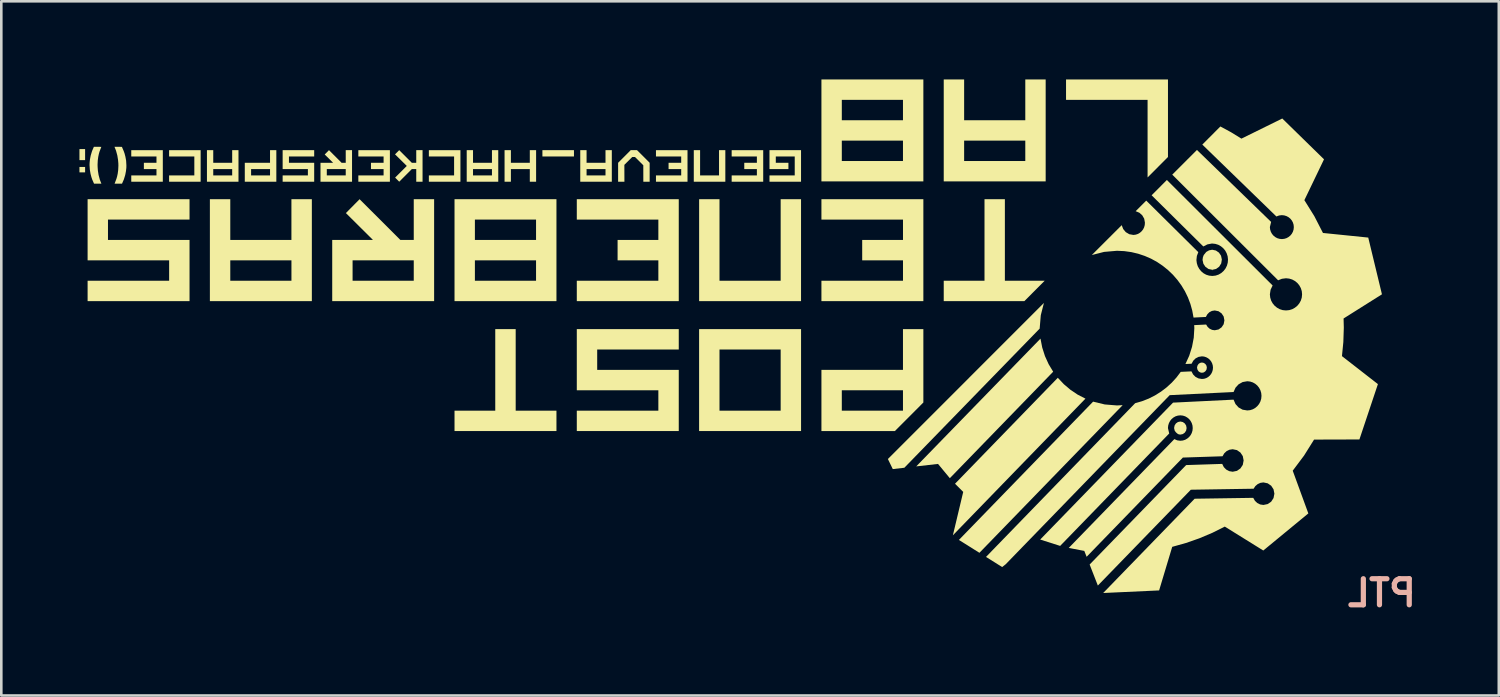
<source format=kicad_pcb>
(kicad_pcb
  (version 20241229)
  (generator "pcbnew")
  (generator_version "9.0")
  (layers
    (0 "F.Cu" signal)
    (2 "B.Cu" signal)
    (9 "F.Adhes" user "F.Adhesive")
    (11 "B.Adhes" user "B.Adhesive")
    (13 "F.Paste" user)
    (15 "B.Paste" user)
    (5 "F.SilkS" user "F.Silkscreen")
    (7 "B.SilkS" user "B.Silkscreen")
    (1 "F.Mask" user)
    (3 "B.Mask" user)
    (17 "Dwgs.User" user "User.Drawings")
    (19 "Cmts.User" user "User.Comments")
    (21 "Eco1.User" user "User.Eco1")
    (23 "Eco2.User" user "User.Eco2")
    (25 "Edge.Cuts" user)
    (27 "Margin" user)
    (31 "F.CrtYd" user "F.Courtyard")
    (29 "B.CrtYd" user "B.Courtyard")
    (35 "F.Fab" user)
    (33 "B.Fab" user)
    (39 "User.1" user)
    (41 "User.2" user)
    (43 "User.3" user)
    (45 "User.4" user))
  (footprint "PTL"
    (layer "F.Cu")
    (at 50 19.714)
    (property "Reference" "PTL" (at 0 0 0) (layer "B.SilkS") (effects (font (size 1 1) (thickness 0.2)) (justify mirror)))
    (attr through_hole)
    (fp_poly (pts (xy -49.783 -16.617) (xy -50 -16.617) (xy -50 -17.041) (xy -49.783 -17.041)) (stroke (width 0.00012) (type solid)) (fill yes) (layer "F.SilkS"))
    (fp_poly (pts (xy -49.783 -16.147) (xy -50 -16.147) (xy -50 -16.355) (xy -49.783 -16.355)) (stroke (width 0.00012) (type solid)) (fill yes) (layer "F.SilkS"))
    (fp_poly (pts (xy -31.017 -16.757) (xy -32.228 -16.757) (xy -32.228 -17) (xy -31.017 -17)) (stroke (width 0.00012) (type solid)) (fill yes) (layer "F.SilkS"))
    (fp_poly (pts (xy -11.088 -7.346) (xy -16.24 -2.037) (xy -15.452 -1.543) (xy -9.953 -7.211) (xy -10.171 -7.2) (xy -10.641 -7.238)) (stroke (width 0.00012) (type solid)) (fill yes) (layer "F.SilkS"))
    (fp_poly (pts (xy -8.997 -15.952) (xy -8.214 -16.737) (xy -8.214 -19.714) (xy -12.127 -19.714) (xy -12.127 -18.931) (xy -8.997 -18.931)) (stroke (width 0.00012) (type solid)) (fill yes) (layer "F.SilkS"))
    (fp_poly (pts (xy -12.976 -11.135) (xy -18.966 -5.144) (xy -18.778 -4.757) (xy -18.334 -4.808) (xy -13.138 -10.151) (xy -13.138 -10.169) (xy -13.096 -10.665)) (stroke (width 0.00012) (type solid)) (fill yes) (layer "F.SilkS"))
    (fp_poly (pts (xy -45.348 -15.788) (xy -46.559 -15.788) (xy -46.559 -16.03) (xy -45.59 -16.03) (xy -45.59 -16.757) (xy -46.559 -16.757) (xy -46.559 -16.999) (xy -45.348 -16.999)) (stroke (width 0.00012) (type solid)) (fill yes) (layer "F.SilkS"))
    (fp_poly (pts (xy -35.375 -15.788) (xy -36.587 -15.788) (xy -36.587 -16.03) (xy -35.618 -16.03) (xy -35.618 -16.757) (xy -36.587 -16.757) (xy -36.587 -16.999) (xy -35.375 -16.999)) (stroke (width 0.00012) (type solid)) (fill yes) (layer "F.SilkS"))
    (fp_poly (pts (xy -33.254 -6.999) (xy -31.689 -6.999) (xy -31.689 -6.217) (xy -35.602 -6.217) (xy -35.602 -6.999) (xy -34.038 -6.999) (xy -34.038 -10.13) (xy -33.254 -10.13)) (stroke (width 0.00012) (type solid)) (fill yes) (layer "F.SilkS"))
    (fp_poly (pts (xy -25.206 -15.788) (xy -26.417 -15.788) (xy -26.417 -17) (xy -26.175 -17) (xy -26.175 -16.03) (xy -25.448 -16.03) (xy -25.448 -17) (xy -25.206 -17)) (stroke (width 0.00012) (type solid)) (fill yes) (layer "F.SilkS"))
    (fp_poly (pts (xy -17.878 -4.86) (xy -17.041 -4.955) (xy -16.588 -4.407) (xy -12.621 -8.495) (xy -12.795 -8.784) (xy -12.936 -9.094) (xy -13.041 -9.422) (xy -13.108 -9.765)) (stroke (width 0.00012) (type solid)) (fill yes) (layer "F.SilkS"))
    (fp_poly (pts (xy -12.947 -11.987) (xy -14.475 -11.987) (xy -14.475 -15.117) (xy -15.257 -15.117) (xy -15.257 -11.987) (xy -16.822 -11.987) (xy -16.822 -11.204) (xy -13.727 -11.204)) (stroke (width 0.00012) (type solid)) (fill yes) (layer "F.SilkS"))
    (fp_poly (pts (xy -12.443 -8.262) (xy -16.389 -4.194) (xy -16.074 -3.881) (xy -16.471 -2.215) (xy -11.382 -7.461) (xy -11.681 -7.615) (xy -11.959 -7.802) (xy -12.214 -8.018)) (stroke (width 0.00012) (type solid)) (fill yes) (layer "F.SilkS"))
    (fp_poly (pts (xy -22.299 -11.204) (xy -26.212 -11.204) (xy -26.212 -15.117) (xy -25.43 -15.117) (xy -25.43 -11.987) (xy -23.082 -11.987) (xy -23.082 -15.117) (xy -22.3 -15.117) (xy -22.3 -11.204)) (stroke (width 0.00012) (type solid)) (fill yes) (layer "F.SilkS"))
    (fp_poly (pts (xy -22.299 -6.217) (xy -26.213 -6.217) (xy -25.43 -6.999) (xy -23.082 -6.999) (xy -23.082 -9.347) (xy -25.43 -9.347) (xy -25.43 -6.999) (xy -26.213 -6.217) (xy -26.213 -10.13) (xy -22.299 -10.13)) (stroke (width 0.00012) (type solid)) (fill yes) (layer "F.SilkS"))
    (fp_poly (pts (xy -46.8 -15.788) (xy -48.011 -15.788) (xy -48.011 -16.03) (xy -47.043 -16.03) (xy -47.043 -16.273) (xy -47.527 -16.273) (xy -47.527 -16.515) (xy -47.043 -16.515) (xy -47.043 -16.757) (xy -48.011 -16.757) (xy -48.011 -16.999) (xy -46.8 -16.999)) (stroke (width 0.00012) (type solid)) (fill yes) (layer "F.SilkS"))
    (fp_poly (pts (xy -45.774 -14.335) (xy -48.905 -14.335) (xy -48.905 -13.553) (xy -45.774 -13.553) (xy -45.774 -11.204) (xy -49.687 -11.204) (xy -49.687 -11.987) (xy -46.557 -11.987) (xy -46.557 -12.77) (xy -49.687 -12.77) (xy -49.687 -15.117) (xy -45.774 -15.117)) (stroke (width 0.00012) (type solid)) (fill yes) (layer "F.SilkS"))
    (fp_poly (pts (xy -42.442 -15.788) (xy -43.653 -15.788) (xy -43.653 -16.515) (xy -42.684 -16.515) (xy -42.684 -16.273) (xy -43.411 -16.273) (xy -43.411 -16.03) (xy -42.684 -16.03) (xy -42.684 -16.273) (xy -42.684 -16.515) (xy -42.684 -17) (xy -42.442 -17)) (stroke (width 0.00012) (type solid)) (fill yes) (layer "F.SilkS"))
    (fp_poly (pts (xy -40.989 -16.757) (xy -41.958 -16.757) (xy -41.958 -16.515) (xy -40.989 -16.515) (xy -40.989 -15.788) (xy -42.2 -15.788) (xy -42.2 -16.03) (xy -41.231 -16.03) (xy -41.231 -16.273) (xy -42.2 -16.273) (xy -42.2 -17) (xy -40.989 -17)) (stroke (width 0.00012) (type solid)) (fill yes) (layer "F.SilkS"))
    (fp_poly (pts (xy -38.083 -15.788) (xy -39.294 -15.788) (xy -39.294 -16.03) (xy -38.325 -16.03) (xy -38.325 -16.273) (xy -38.809 -16.273) (xy -38.809 -16.515) (xy -38.325 -16.515) (xy -38.325 -16.757) (xy -39.294 -16.757) (xy -39.294 -16.999) (xy -38.083 -16.999)) (stroke (width 0.00012) (type solid)) (fill yes) (layer "F.SilkS"))
    (fp_poly (pts (xy -32.47 -15.788) (xy -32.712 -15.788) (xy -32.712 -16.273) (xy -33.438 -16.273) (xy -33.438 -15.788) (xy -33.681 -15.788) (xy -33.681 -17) (xy -33.438 -17) (xy -33.438 -16.515) (xy -32.712 -16.515) (xy -32.712 -17) (xy -32.47 -17)) (stroke (width 0.00012) (type solid)) (fill yes) (layer "F.SilkS"))
    (fp_poly (pts (xy -29.082 -16.436) (xy -29.08 -15.788) (xy -29.322 -15.788) (xy -29.322 -16.515) (xy -28.838 -17) (xy -28.596 -17) (xy -28.111 -16.515) (xy -28.111 -15.788) (xy -28.354 -15.788) (xy -28.355 -16.42) (xy -28.673 -16.736) (xy -28.781 -16.736)) (stroke (width 0.00012) (type solid)) (fill yes) (layer "F.SilkS"))
    (fp_poly (pts (xy -26.994 -11.204) (xy -30.908 -11.204) (xy -30.908 -11.987) (xy -27.777 -11.987) (xy -27.777 -12.77) (xy -29.342 -12.77) (xy -29.342 -13.553) (xy -27.777 -13.553) (xy -27.777 -14.334) (xy -30.908 -14.334) (xy -30.908 -15.117) (xy -26.994 -15.117)) (stroke (width 0.00012) (type solid)) (fill yes) (layer "F.SilkS"))
    (fp_poly (pts (xy -26.994 -9.347) (xy -30.125 -9.347) (xy -30.125 -8.565) (xy -26.994 -8.565) (xy -26.994 -6.217) (xy -30.908 -6.217) (xy -30.908 -6.999) (xy -27.777 -6.999) (xy -27.777 -7.782) (xy -30.908 -7.782) (xy -30.908 -10.13) (xy -26.994 -10.13)) (stroke (width 0.00012) (type solid)) (fill yes) (layer "F.SilkS"))
    (fp_poly (pts (xy -26.658 -15.788) (xy -27.869 -15.788) (xy -27.869 -16.03) (xy -26.9 -16.03) (xy -26.9 -16.273) (xy -27.385 -16.273) (xy -27.385 -16.515) (xy -26.9 -16.515) (xy -26.9 -16.757) (xy -27.869 -16.757) (xy -27.869 -16.999) (xy -26.658 -16.999)) (stroke (width 0.00012) (type solid)) (fill yes) (layer "F.SilkS"))
    (fp_poly (pts (xy -23.752 -15.788) (xy -24.963 -15.788) (xy -24.963 -16.03) (xy -23.995 -16.03) (xy -23.995 -16.273) (xy -24.479 -16.273) (xy -24.479 -16.515) (xy -23.995 -16.515) (xy -23.995 -16.757) (xy -24.963 -16.757) (xy -24.963 -16.999) (xy -23.752 -16.999)) (stroke (width 0.00012) (type solid)) (fill yes) (layer "F.SilkS"))
    (fp_poly (pts (xy -22.3 -15.788) (xy -23.511 -15.788) (xy -23.511 -16.03) (xy -22.542 -16.03) (xy -22.542 -16.757) (xy -23.269 -16.757) (xy -23.269 -16.515) (xy -22.784 -16.515) (xy -22.784 -16.273) (xy -23.511 -16.273) (xy -23.511 -17) (xy -22.3 -17)) (stroke (width 0.00012) (type solid)) (fill yes) (layer "F.SilkS"))
    (fp_poly (pts (xy -17.604 -11.204) (xy -21.517 -11.204) (xy -21.517 -11.987) (xy -18.386 -11.987) (xy -18.386 -12.77) (xy -19.952 -12.77) (xy -19.952 -13.553) (xy -18.386 -13.553) (xy -18.386 -14.334) (xy -21.517 -14.334) (xy -21.517 -15.117) (xy -17.604 -15.117)) (stroke (width 0.00012) (type solid)) (fill yes) (layer "F.SilkS"))
    (fp_poly (pts (xy -36.829 -15.788) (xy -37.071 -15.788) (xy -37.071 -16.273) (xy -37.241 -16.273) (xy -37.725 -15.788) (xy -37.882 -15.947) (xy -37.434 -16.394) (xy -37.886 -16.839) (xy -37.725 -17) (xy -37.241 -16.515) (xy -37.071 -16.515) (xy -37.071 -17) (xy -36.829 -17)) (stroke (width 0.00012) (type solid)) (fill yes) (layer "F.SilkS"))
    (fp_poly (pts (xy -17.604 -7.313) (xy -17.604 -10.13) (xy -18.387 -10.13) (xy -18.387 -8.565) (xy -18.387 -7.782) (xy -18.387 -6.999) (xy -20.735 -6.999) (xy -20.735 -7.782) (xy -18.387 -7.782) (xy -18.387 -8.565) (xy -21.517 -8.565) (xy -21.517 -6.217) (xy -18.697 -6.217)) (stroke (width 0.00012) (type solid)) (fill yes) (layer "F.SilkS"))
    (fp_poly (pts (xy -43.895 -15.788) (xy -45.106 -15.788) (xy -45.106 -17) (xy -44.864 -17) (xy -44.864 -16.515) (xy -44.864 -16.273) (xy -44.864 -16.03) (xy -44.137 -16.03) (xy -44.137 -16.273) (xy -44.864 -16.273) (xy -44.864 -16.515) (xy -44.137 -16.515) (xy -44.137 -17) (xy -43.895 -17)) (stroke (width 0.00012) (type solid)) (fill yes) (layer "F.SilkS"))
    (fp_poly (pts (xy -41.079 -11.204) (xy -44.993 -11.204) (xy -44.993 -15.117) (xy -44.21 -15.117) (xy -44.21 -13.553) (xy -44.21 -12.77) (xy -44.21 -11.987) (xy -41.862 -11.987) (xy -41.862 -12.77) (xy -44.21 -12.77) (xy -44.21 -13.553) (xy -41.863 -13.553) (xy -41.863 -15.117) (xy -41.079 -15.117)) (stroke (width 0.00012) (type solid)) (fill yes) (layer "F.SilkS"))
    (fp_poly (pts (xy -33.923 -15.788) (xy -35.134 -15.788) (xy -35.134 -17) (xy -34.892 -17) (xy -34.892 -16.515) (xy -34.892 -16.273) (xy -34.892 -16.03) (xy -34.165 -16.03) (xy -34.165 -16.273) (xy -34.892 -16.273) (xy -34.892 -16.515) (xy -34.165 -16.515) (xy -34.165 -17) (xy -33.923 -17)) (stroke (width 0.00012) (type solid)) (fill yes) (layer "F.SilkS"))
    (fp_poly (pts (xy -29.564 -15.788) (xy -30.775 -15.788) (xy -30.775 -17) (xy -30.533 -17) (xy -30.533 -16.515) (xy -30.533 -16.273) (xy -30.533 -16.03) (xy -29.806 -16.03) (xy -29.806 -16.273) (xy -30.533 -16.273) (xy -30.533 -16.515) (xy -29.806 -16.515) (xy -29.806 -17) (xy -29.564 -17)) (stroke (width 0.00012) (type solid)) (fill yes) (layer "F.SilkS"))
    (fp_poly (pts (xy -12.909 -15.801) (xy -16.822 -15.801) (xy -16.822 -19.714) (xy -16.039 -19.714) (xy -16.039 -18.148) (xy -16.039 -17.366) (xy -16.039 -16.583) (xy -13.691 -16.583) (xy -13.691 -17.366) (xy -16.039 -17.366) (xy -16.039 -18.148) (xy -13.691 -18.148) (xy -13.691 -19.714) (xy -12.909 -19.714)) (stroke (width 0.00012) (type solid)) (fill yes) (layer "F.SilkS"))
    (fp_poly (pts (xy -36.385 -11.204) (xy -40.297 -11.204) (xy -40.297 -13.553) (xy -38.733 -13.553) (xy -39.772 -14.585) (xy -39.246 -15.117) (xy -37.681 -13.553) (xy -37.167 -13.553) (xy -37.167 -12.77) (xy -39.515 -12.77) (xy -39.515 -11.987) (xy -37.167 -11.987) (xy -37.167 -12.77) (xy -37.167 -13.553) (xy -37.167 -15.117) (xy -36.385 -15.117)) (stroke (width 0.00012) (type solid)) (fill yes) (layer "F.SilkS"))
    (fp_poly (pts (xy -31.689 -11.204) (xy -35.602 -11.204) (xy -35.602 -15.117) (xy -34.82 -14.335) (xy -34.82 -13.553) (xy -34.82 -12.77) (xy -34.82 -11.987) (xy -32.472 -11.987) (xy -32.472 -12.77) (xy -34.82 -12.77) (xy -34.82 -13.553) (xy -32.472 -13.553) (xy -32.472 -14.335) (xy -34.82 -14.335) (xy -35.602 -15.117) (xy -31.689 -15.117)) (stroke (width 0.00012) (type solid)) (fill yes) (layer "F.SilkS"))
    (fp_poly (pts (xy -17.604 -15.801) (xy -21.517 -15.801) (xy -20.735 -16.583) (xy -18.387 -16.583) (xy -18.387 -17.366) (xy -18.387 -18.148) (xy -18.387 -18.931) (xy -20.735 -18.931) (xy -20.735 -18.148) (xy -18.387 -18.148) (xy -18.387 -17.366) (xy -20.735 -17.366) (xy -20.735 -16.583) (xy -21.517 -15.801) (xy -21.517 -19.714) (xy -17.604 -19.714)) (stroke (width 0.00012) (type solid)) (fill yes) (layer "F.SilkS"))
    (fp_poly (pts (xy -39.536 -15.788) (xy -40.747 -15.788) (xy -40.747 -16.515) (xy -40.263 -16.515) (xy -40.585 -16.834) (xy -40.421 -17) (xy -39.937 -16.515) (xy -39.778 -16.515) (xy -39.778 -16.273) (xy -40.505 -16.273) (xy -40.505 -16.03) (xy -39.778 -16.03) (xy -39.778 -16.273) (xy -39.778 -16.515) (xy -39.778 -17) (xy -39.536 -17) (xy -39.536 -15.788)) (stroke (width 0.00012) (type solid)) (fill yes) (layer "F.SilkS"))
    (fp_poly (pts (xy -7.857 -6.121) (xy -7.805 -6.091) (xy -7.739 -6.081) (xy -7.645 -6.101) (xy -7.569 -6.155) (xy -7.517 -6.234) (xy -7.499 -6.332) (xy -7.517 -6.43) (xy -7.569 -6.509) (xy -7.645 -6.563) (xy -7.739 -6.583) (xy -7.832 -6.563) (xy -7.909 -6.509) (xy -7.96 -6.43) (xy -7.979 -6.332) (xy -7.955 -6.229) (xy -7.911 -6.171)) (stroke (width 0.00012) (type solid)) (fill yes) (layer "F.SilkS"))
    (fp_poly (pts (xy -6.911 -8.454) (xy -6.837 -8.469) (xy -6.778 -8.512) (xy -6.736 -8.574) (xy -6.722 -8.651) (xy -6.736 -8.727) (xy -6.778 -8.79) (xy -6.837 -8.832) (xy -6.911 -8.848) (xy -6.982 -8.833) (xy -7.041 -8.793) (xy -7.081 -8.731) (xy -7.099 -8.657) (xy -7.097 -8.641) (xy -7.079 -8.567) (xy -7.039 -8.508) (xy -6.981 -8.469)) (stroke (width 0.00012) (type solid)) (fill yes) (layer "F.SilkS"))
    (fp_poly (pts (xy -6.516 -12.408) (xy -6.507 -12.369) (xy -6.508 -12.408) (xy -6.367 -12.44) (xy -6.25 -12.525) (xy -6.17 -12.652) (xy -6.146 -12.801) (xy -6.177 -12.947) (xy -6.257 -13.066) (xy -6.374 -13.147) (xy -6.516 -13.177) (xy -6.637 -13.154) (xy -6.744 -13.093) (xy -6.841 -12.975) (xy -6.874 -12.885) (xy -6.887 -12.785) (xy -6.854 -12.638) (xy -6.774 -12.519) (xy -6.657 -12.438)) (stroke (width 0.00012) (type solid)) (fill yes) (layer "F.SilkS"))
    (fp_poly (pts (xy -48.371 -17.127) (xy -48.3 -16.962) (xy -48.269 -16.875) (xy -48.236 -16.75) (xy -48.208 -16.594) (xy -48.198 -16.412) (xy -48.2 -16.322) (xy -48.214 -16.198) (xy -48.243 -16.046) (xy -48.295 -15.877) (xy -48.366 -15.714) (xy -48.651 -15.714) (xy -48.582 -15.896) (xy -48.557 -15.98) (xy -48.532 -16.093) (xy -48.513 -16.235) (xy -48.505 -16.403) (xy -48.507 -16.492) (xy -48.519 -16.629) (xy -48.546 -16.796) (xy -48.595 -16.977) (xy -48.655 -17.129)) (stroke (width 0.00012) (type solid)) (fill yes) (layer "F.SilkS"))
    (fp_poly (pts (xy -49.44 -15.713) (xy -49.512 -15.878) (xy -49.541 -15.965) (xy -49.574 -16.089) (xy -49.601 -16.246) (xy -49.613 -16.428) (xy -49.61 -16.518) (xy -49.597 -16.643) (xy -49.568 -16.794) (xy -49.517 -16.964) (xy -49.446 -17.129) (xy -49.16 -17.127) (xy -49.23 -16.944) (xy -49.254 -16.86) (xy -49.278 -16.747) (xy -49.297 -16.605) (xy -49.305 -16.438) (xy -49.302 -16.348) (xy -49.292 -16.211) (xy -49.265 -16.044) (xy -49.217 -15.864) (xy -49.158 -15.714) (xy -49.44 -15.714)) (stroke (width 0.00012) (type solid)) (fill yes) (layer "F.SilkS"))
    (fp_poly (pts (xy -4.052 -14.454) (xy -3.95 -14.492) (xy -3.843 -14.505) (xy -3.75 -14.495) (xy -3.664 -14.468) (xy -3.586 -14.426) (xy -3.517 -14.37) (xy -3.461 -14.302) (xy -3.419 -14.224) (xy -3.392 -14.138) (xy -3.383 -14.046) (xy -3.392 -13.953) (xy -3.419 -13.867) (xy -3.461 -13.789) (xy -3.517 -13.721) (xy -3.586 -13.665) (xy -3.664 -13.622) (xy -3.75 -13.596) (xy -3.843 -13.586) (xy -3.935 -13.596) (xy -4.021 -13.622) (xy -4.099 -13.665) (xy -4.167 -13.721) (xy -4.223 -13.789) (xy -4.265 -13.867) (xy -4.292 -13.953) (xy -4.302 -14.046) (xy -4.255 -14.246) (xy -7.102 -17.008) (xy -8.05 -16.06) (xy -3.986 -12.004) (xy -3.84 -12.062) (xy -3.684 -12.082) (xy -3.559 -12.069) (xy -3.443 -12.033) (xy -3.339 -11.976) (xy -3.247 -11.9) (xy -3.172 -11.809) (xy -3.114 -11.704) (xy -3.078 -11.589) (xy -3.066 -11.465) (xy -3.078 -11.34) (xy -3.114 -11.224) (xy -3.172 -11.12) (xy -3.247 -11.028) (xy -3.339 -10.953) (xy -3.443 -10.895) (xy -3.559 -10.859) (xy -3.684 -10.847) (xy -3.808 -10.859) (xy -3.924 -10.895) (xy -4.029 -10.953) (xy -4.12 -11.028) (xy -4.196 -11.12) (xy -4.253 -11.224) (xy -4.289 -11.34) (xy -4.302 -11.465) (xy -4.275 -11.641) (xy -4.197 -11.805) (xy -8.256 -15.855) (xy -8.842 -15.268) (xy -6.857 -13.303) (xy -6.699 -13.383) (xy -6.529 -13.415) (xy -6.515 -13.415) (xy -6.395 -13.402) (xy -6.283 -13.367) (xy -6.181 -13.31) (xy -6.092 -13.235) (xy -6.017 -13.145) (xy -5.961 -13.041) (xy -5.924 -12.927) (xy -5.91 -12.804) (xy -5.919 -12.682) (xy -5.951 -12.566) (xy -6.004 -12.459) (xy -6.078 -12.363) (xy -6.168 -12.283) (xy -6.271 -12.223) (xy -6.384 -12.185) (xy -6.503 -12.171) (xy -6.516 -12.171) (xy -6.635 -12.183) (xy -6.747 -12.218) (xy -6.849 -12.274) (xy -6.938 -12.349) (xy -7.012 -12.439) (xy -7.07 -12.543) (xy -7.106 -12.657) (xy -7.122 -12.78) (xy -7.105 -12.938) (xy -7.05 -13.085) (xy -9.048 -15.063) (xy -9.454 -14.657) (xy -9.313 -14.598) (xy -9.202 -14.5) (xy -9.127 -14.37) (xy -9.099 -14.217) (xy -9.106 -14.124) (xy -9.13 -14.037) (xy -9.17 -13.957) (xy -9.224 -13.888) (xy -9.289 -13.83) (xy -9.364 -13.785) (xy -9.449 -13.757) (xy -9.539 -13.745) (xy -9.699 -13.773) (xy -9.834 -13.853) (xy -9.933 -13.972) (xy -9.99 -14.12) (xy -11.137 -12.974) (xy -10.666 -13.094) (xy -10.171 -13.137) (xy -9.892 -13.124) (xy -9.621 -13.086) (xy -9.358 -13.024) (xy -9.105 -12.939) (xy -8.863 -12.834) (xy -8.632 -12.707) (xy -8.416 -12.561) (xy -8.212 -12.397) (xy -8.024 -12.217) (xy -7.853 -12.02) (xy -7.699 -11.809) (xy -7.563 -11.584) (xy -7.448 -11.347) (xy -7.354 -11.099) (xy -7.282 -10.841) (xy -7.233 -10.573) (xy -6.759 -10.597) (xy -6.704 -10.698) (xy -6.626 -10.777) (xy -6.528 -10.828) (xy -6.418 -10.846) (xy -6.273 -10.816) (xy -6.156 -10.734) (xy -6.076 -10.614) (xy -6.048 -10.466) (xy -6.076 -10.318) (xy -6.156 -10.198) (xy -6.273 -10.116) (xy -6.418 -10.086) (xy -6.521 -10.101) (xy -6.614 -10.145) (xy -6.691 -10.214) (xy -6.749 -10.306) (xy -7.208 -10.283) (xy -7.202 -10.169) (xy -7.224 -9.801) (xy -7.291 -9.448) (xy -7.398 -9.109) (xy -7.543 -8.791) (xy -7.308 -8.801) (xy -7.244 -8.917) (xy -7.153 -9.007) (xy -7.04 -9.064) (xy -6.911 -9.085) (xy -6.826 -9.076) (xy -6.746 -9.05) (xy -6.673 -9.01) (xy -6.611 -8.957) (xy -6.559 -8.893) (xy -6.52 -8.819) (xy -6.495 -8.738) (xy -6.486 -8.651) (xy -6.495 -8.563) (xy -6.52 -8.481) (xy -6.559 -8.407) (xy -6.611 -8.343) (xy -6.673 -8.29) (xy -6.746 -8.249) (xy -6.826 -8.224) (xy -6.911 -8.216) (xy -7.041 -8.237) (xy -7.157 -8.297) (xy -7.249 -8.389) (xy -7.312 -8.508) (xy -7.724 -8.489) (xy -7.887 -8.274) (xy -8.068 -8.075) (xy -8.267 -7.893) (xy -8.481 -7.73) (xy -8.71 -7.586) (xy -8.953 -7.463) (xy -9.208 -7.363) (xy -9.474 -7.286) (xy -15.199 -1.385) (xy -14.579 -0.996) (xy -14.444 -1.103) (xy -8.147 -7.595) (xy -5.696 -7.715) (xy -5.622 -7.881) (xy -5.502 -8.012) (xy -5.347 -8.098) (xy -5.17 -8.129) (xy -5.06 -8.117) (xy -4.958 -8.084) (xy -4.865 -8.032) (xy -4.785 -7.964) (xy -4.718 -7.881) (xy -4.667 -7.785) (xy -4.635 -7.68) (xy -4.624 -7.568) (xy -4.635 -7.455) (xy -4.667 -7.35) (xy -4.718 -7.254) (xy -4.785 -7.172) (xy -4.865 -7.104) (xy -4.958 -7.052) (xy -5.06 -7.019) (xy -5.17 -7.008) (xy -5.349 -7.037) (xy -5.503 -7.122) (xy -5.622 -7.253) (xy -5.696 -7.422) (xy -8.019 -7.308) (xy -13.119 -2.052) (xy -12.353 -1.808) (xy -8.167 -6.123) (xy -8.215 -6.332) (xy -8.205 -6.43) (xy -8.177 -6.522) (xy -8.133 -6.605) (xy -8.075 -6.678) (xy -8.005 -6.736) (xy -7.924 -6.782) (xy -7.835 -6.81) (xy -7.739 -6.82) (xy -7.643 -6.81) (xy -7.554 -6.782) (xy -7.474 -6.736) (xy -7.403 -6.678) (xy -7.345 -6.605) (xy -7.301 -6.522) (xy -7.273 -6.43) (xy -7.264 -6.332) (xy -7.273 -6.234) (xy -7.301 -6.142) (xy -7.345 -6.059) (xy -7.403 -5.987) (xy -7.474 -5.928) (xy -7.554 -5.882) (xy -7.643 -5.854) (xy -7.739 -5.844) (xy -7.857 -5.86) (xy -7.97 -5.907) (xy -12.023 -1.73) (xy -11.426 -1.616) (xy -11.337 -1.39) (xy -7.642 -5.199) (xy -7.616 -5.2) (xy -6.119 -5.249) (xy -6.055 -5.36) (xy -5.965 -5.445) (xy -5.854 -5.5) (xy -5.73 -5.519) (xy -5.566 -5.485) (xy -5.433 -5.392) (xy -5.342 -5.255) (xy -5.31 -5.088) (xy -5.342 -4.919) (xy -5.433 -4.782) (xy -5.566 -4.689) (xy -5.73 -4.655) (xy -5.862 -4.677) (xy -5.979 -4.739) (xy -6.071 -4.833) (xy -6.132 -4.956) (xy -7.516 -4.911) (xy -11.221 -1.093) (xy -10.906 -0.286) (xy -7.336 -3.965) (xy -7.31 -3.965) (xy -4.927 -4.003) (xy -4.861 -4.103) (xy -4.772 -4.179) (xy -4.667 -4.228) (xy -4.55 -4.245) (xy -4.386 -4.21) (xy -4.252 -4.118) (xy -4.162 -3.981) (xy -4.129 -3.813) (xy -4.162 -3.644) (xy -4.252 -3.506) (xy -4.386 -3.414) (xy -4.55 -3.38) (xy -4.675 -3.399) (xy -4.787 -3.455) (xy -4.877 -3.541) (xy -4.941 -3.653) (xy -7.19 -3.619) (xy -10.701 0) (xy -8.554 -0.099) (xy -8.051 -1.772) (xy -7.524 -1.92) (xy -7.011 -2.099) (xy -6.513 -2.309) (xy -6.033 -2.549) (xy -4.555 -1.631) (xy -2.826 -3.055) (xy -3.425 -4.695) (xy -2.991 -5.274) (xy -2.606 -5.889) (xy -0.865 -5.894) (xy -0.155 -8.019) (xy -1.535 -9.093) (xy -1.482 -9.634) (xy -1.464 -10.186) (xy -1.473 -10.538) (xy 0 -11.466) (xy -0.526 -13.644) (xy -2.264 -13.821) (xy -2.596 -14.467) (xy -2.978 -15.08) (xy -2.224 -16.648) (xy -3.826 -18.215) (xy -5.394 -17.442) (xy -5.79 -17.686) (xy -6.202 -17.909) (xy -6.896 -17.214)) (stroke (width 0.00012) (type solid)) (fill yes) (layer "F.SilkS")))
  (gr_rect
    (start -3 -3)
    (end 54.486 23.65)
    (stroke (width 0.1) (type default))
    (fill no)
    (layer "Edge.Cuts")))
</source>
